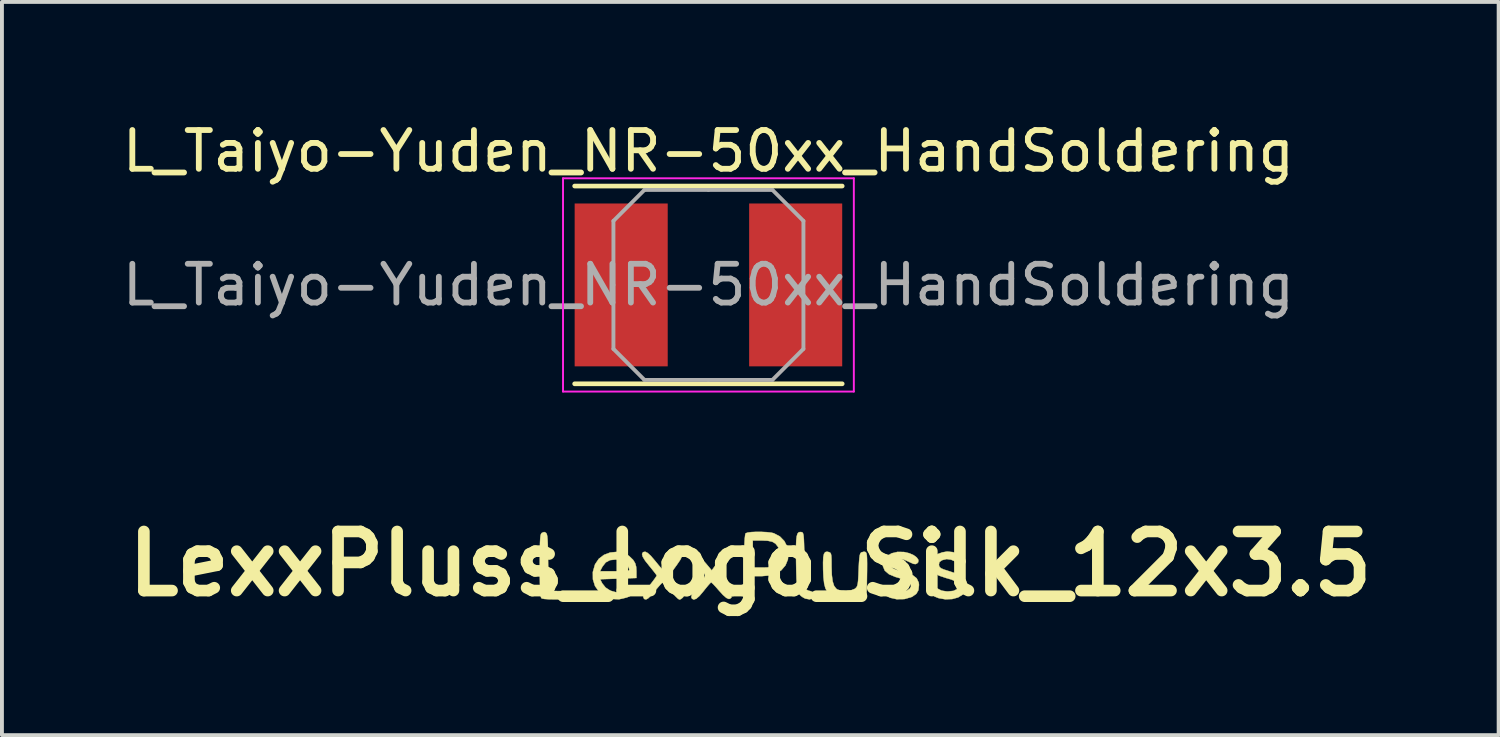
<source format=kicad_pcb>
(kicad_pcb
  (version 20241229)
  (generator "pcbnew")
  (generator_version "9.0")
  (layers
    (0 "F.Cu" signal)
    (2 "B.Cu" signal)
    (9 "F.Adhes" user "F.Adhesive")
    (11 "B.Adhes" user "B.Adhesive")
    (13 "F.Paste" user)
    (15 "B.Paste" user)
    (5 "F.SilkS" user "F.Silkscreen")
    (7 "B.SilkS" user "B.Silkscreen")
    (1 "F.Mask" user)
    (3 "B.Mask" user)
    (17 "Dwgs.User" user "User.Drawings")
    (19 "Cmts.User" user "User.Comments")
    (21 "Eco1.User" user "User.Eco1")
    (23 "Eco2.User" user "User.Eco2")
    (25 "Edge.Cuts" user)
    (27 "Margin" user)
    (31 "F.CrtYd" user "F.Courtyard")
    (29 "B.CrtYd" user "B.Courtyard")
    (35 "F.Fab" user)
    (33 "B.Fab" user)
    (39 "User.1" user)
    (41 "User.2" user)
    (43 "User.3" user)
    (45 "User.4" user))
  (footprint "L_Taiyo-Yuden_NR-50xx_HandSoldering"
    (layer "F.Cu")
    (at 15.22 4.298)
    (property "Reference" "L_Taiyo-Yuden_NR-50xx_HandSoldering" (at 0 -3.45 180) (layer "F.SilkS") (effects (font (size 1 1) (thickness 0.15))))
    (attr smd)
    (fp_line (start -3.45 -2.55) (end 3.45 -2.55) (stroke (width 0.12) (type solid)) (layer "F.SilkS"))
    (fp_line (start -3.45 2.55) (end 3.45 2.55) (stroke (width 0.12) (type solid)) (layer "F.SilkS"))
    (fp_line (start -3.75 -2.75) (end -3.75 2.75) (stroke (width 0.05) (type solid)) (layer "F.CrtYd"))
    (fp_line (start -3.75 2.75) (end 3.75 2.75) (stroke (width 0.05) (type solid)) (layer "F.CrtYd"))
    (fp_line (start 3.75 -2.75) (end -3.75 -2.75) (stroke (width 0.05) (type solid)) (layer "F.CrtYd"))
    (fp_line (start 3.75 2.75) (end 3.75 -2.75) (stroke (width 0.05) (type solid)) (layer "F.CrtYd"))
    (fp_line (start -2.45 -1.65) (end -1.65 -2.45) (stroke (width 0.1) (type solid)) (layer "F.Fab"))
    (fp_line (start -2.45 0) (end -2.45 -1.65) (stroke (width 0.1) (type solid)) (layer "F.Fab"))
    (fp_line (start -2.45 0) (end -2.45 1.65) (stroke (width 0.1) (type solid)) (layer "F.Fab"))
    (fp_line (start -2.45 1.65) (end -1.65 2.45) (stroke (width 0.1) (type solid)) (layer "F.Fab"))
    (fp_line (start -1.65 -2.45) (end 0 -2.45) (stroke (width 0.1) (type solid)) (layer "F.Fab"))
    (fp_line (start -1.65 2.45) (end 0 2.45) (stroke (width 0.1) (type solid)) (layer "F.Fab"))
    (fp_line (start 1.65 -2.45) (end 0 -2.45) (stroke (width 0.1) (type solid)) (layer "F.Fab"))
    (fp_line (start 1.65 2.45) (end 0 2.45) (stroke (width 0.1) (type solid)) (layer "F.Fab"))
    (fp_line (start 2.45 -1.65) (end 1.65 -2.45) (stroke (width 0.1) (type solid)) (layer "F.Fab"))
    (fp_line (start 2.45 0) (end 2.45 -1.65) (stroke (width 0.1) (type solid)) (layer "F.Fab"))
    (fp_line (start 2.45 0) (end 2.45 1.65) (stroke (width 0.1) (type solid)) (layer "F.Fab"))
    (fp_line (start 2.45 1.65) (end 1.65 2.45) (stroke (width 0.1) (type solid)) (layer "F.Fab"))
    (fp_text user "${REFERENCE}" (at 0 0 180) (layer "F.Fab") (effects (font (size 1 1) (thickness 0.15))))
    (pad "1" smd rect (at -2.25 0) (size 2.4 4.2) (layers "F.Cu" "F.Mask" "F.Paste"))
    (pad "2" smd rect (at 2.25 0) (size 2.4 4.2) (layers "F.Cu" "F.Mask" "F.Paste")))
  (footprint "LexxPluss_Logo_Silk_12x3.5"
    (layer "F.Cu")
    (at 16.3 11.491)
    (property "Reference" "LexxPluss_Logo_Silk_12x3.5" (at 0 0 0) (layer "F.SilkS") (effects (font (size 1.524 1.524) (thickness 0.3))))
    (attr through_hole)
    (fp_poly (pts (xy -5.276 -0.804) (xy -5.259 -0.787) (xy -5.245 -0.755) (xy -5.235 -0.7) (xy -5.228 -0.614) (xy -5.222 -0.489) (xy -5.218 -0.318) (xy -5.215 -0.094) (xy -5.214 -0.037) (xy -5.206 0.697) (xy -4.754 0.706) (xy -4.302 0.714) (xy -4.302 0.905) (xy -4.827 0.914) (xy -5.043 0.916) (xy -5.201 0.913) (xy -5.309 0.906) (xy -5.371 0.894) (xy -5.39 0.883) (xy -5.403 0.851) (xy -5.414 0.78) (xy -5.421 0.666) (xy -5.426 0.503) (xy -5.429 0.285) (xy -5.429 0.045) (xy -5.429 -0.205) (xy -5.427 -0.399) (xy -5.424 -0.545) (xy -5.418 -0.649) (xy -5.411 -0.72) (xy -5.4 -0.764) (xy -5.385 -0.79) (xy -5.379 -0.796) (xy -5.318 -0.821) (xy -5.276 -0.804)) (stroke (width 0.01) (type solid)) (fill yes) (layer "F.SilkS"))
    (fp_poly (pts (xy 1.312 -0.819) (xy 1.334 -0.815) (xy 1.351 -0.802) (xy 1.364 -0.774) (xy 1.374 -0.722) (xy 1.381 -0.639) (xy 1.386 -0.517) (xy 1.391 -0.348) (xy 1.396 -0.125) (xy 1.397 -0.089) (xy 1.403 0.134) (xy 1.411 0.329) (xy 1.421 0.486) (xy 1.431 0.597) (xy 1.441 0.656) (xy 1.445 0.663) (xy 1.499 0.691) (xy 1.553 0.704) (xy 1.627 0.735) (xy 1.664 0.772) (xy 1.68 0.825) (xy 1.644 0.87) (xy 1.637 0.875) (xy 1.533 0.917) (xy 1.417 0.896) (xy 1.36 0.866) (xy 1.308 0.83) (xy 1.268 0.787) (xy 1.238 0.73) (xy 1.216 0.651) (xy 1.201 0.54) (xy 1.191 0.389) (xy 1.185 0.19) (xy 1.181 -0.022) (xy 1.178 -0.272) (xy 1.179 -0.466) (xy 1.185 -0.61) (xy 1.197 -0.71) (xy 1.216 -0.775) (xy 1.243 -0.809) (xy 1.28 -0.821) (xy 1.312 -0.819)) (stroke (width 0.01) (type solid)) (fill yes) (layer "F.SilkS"))
    (fp_poly (pts (xy -1.427 -0.31) (xy -1.392 -0.288) (xy -1.341 -0.238) (xy -1.267 -0.154) (xy -1.162 -0.03) (xy -1.124 0.014) (xy -0.995 0.169) (xy -0.815 -0.074) (xy -0.717 -0.2) (xy -0.644 -0.277) (xy -0.59 -0.31) (xy -0.545 -0.303) (xy -0.508 -0.27) (xy -0.491 -0.241) (xy -0.492 -0.205) (xy -0.515 -0.152) (xy -0.565 -0.075) (xy -0.647 0.037) (xy -0.721 0.135) (xy -0.861 0.317) (xy -0.667 0.547) (xy -0.555 0.692) (xy -0.495 0.799) (xy -0.486 0.869) (xy -0.528 0.902) (xy -0.558 0.905) (xy -0.618 0.878) (xy -0.706 0.801) (xy -0.806 0.691) (xy -0.89 0.595) (xy -0.958 0.522) (xy -1.002 0.482) (xy -1.01 0.477) (xy -1.038 0.502) (xy -1.094 0.565) (xy -1.168 0.655) (xy -1.203 0.7) (xy -1.31 0.827) (xy -1.394 0.9) (xy -1.458 0.921) (xy -1.503 0.9) (xy -1.522 0.861) (xy -1.511 0.805) (xy -1.465 0.724) (xy -1.382 0.609) (xy -1.333 0.547) (xy -1.245 0.434) (xy -1.192 0.358) (xy -1.17 0.309) (xy -1.173 0.275) (xy -1.185 0.257) (xy -1.332 0.081) (xy -1.442 -0.06) (xy -1.515 -0.161) (xy -1.547 -0.22) (xy -1.547 -0.231) (xy -1.513 -0.275) (xy -1.481 -0.299) (xy -1.454 -0.312) (xy -1.427 -0.31)) (stroke (width 0.01) (type solid)) (fill yes) (layer "F.SilkS"))
    (fp_poly (pts (xy 0.293 -0.824) (xy 0.429 -0.817) (xy 0.543 -0.804) (xy 0.606 -0.789) (xy 0.761 -0.708) (xy 0.878 -0.587) (xy 0.953 -0.44) (xy 0.984 -0.278) (xy 0.97 -0.114) (xy 0.907 0.039) (xy 0.797 0.167) (xy 0.667 0.249) (xy 0.507 0.298) (xy 0.303 0.317) (xy 0.262 0.317) (xy 0.064 0.318) (xy 0.064 0.6) (xy 0.061 0.741) (xy 0.054 0.83) (xy 0.038 0.879) (xy 0.014 0.901) (xy 0.013 0.901) (xy -0.055 0.919) (xy -0.102 0.9) (xy -0.121 0.883) (xy -0.133 0.839) (xy -0.143 0.743) (xy -0.151 0.604) (xy -0.157 0.434) (xy -0.16 0.243) (xy -0.161 0.041) (xy -0.16 -0.16) (xy -0.157 -0.35) (xy -0.151 -0.518) (xy -0.146 -0.603) (xy 0.064 -0.603) (xy 0.064 0.095) (xy 0.305 0.095) (xy 0.429 0.094) (xy 0.51 0.085) (xy 0.567 0.062) (xy 0.62 0.021) (xy 0.654 -0.013) (xy 0.74 -0.137) (xy 0.764 -0.273) (xy 0.726 -0.415) (xy 0.709 -0.445) (xy 0.648 -0.522) (xy 0.565 -0.571) (xy 0.446 -0.596) (xy 0.284 -0.603) (xy 0.064 -0.603) (xy -0.146 -0.603) (xy -0.143 -0.655) (xy -0.132 -0.748) (xy -0.121 -0.787) (xy -0.07 -0.806) (xy 0.027 -0.819) (xy 0.154 -0.825) (xy 0.293 -0.824)) (stroke (width 0.01) (type solid)) (fill yes) (layer "F.SilkS"))
    (fp_poly (pts (xy -3.284 -0.281) (xy -3.134 -0.209) (xy -3.024 -0.104) (xy -2.97 -0.017) (xy -2.944 0.074) (xy -2.937 0.187) (xy -2.937 0.365) (xy -3.405 0.381) (xy -3.873 0.397) (xy -3.818 0.505) (xy -3.733 0.611) (xy -3.612 0.691) (xy -3.479 0.729) (xy -3.452 0.73) (xy -3.362 0.718) (xy -3.26 0.687) (xy -3.249 0.683) (xy -3.126 0.642) (xy -3.046 0.643) (xy -3.004 0.686) (xy -3.003 0.687) (xy -3.002 0.75) (xy -3.053 0.806) (xy -3.163 0.858) (xy -3.198 0.871) (xy -3.384 0.914) (xy -3.55 0.907) (xy -3.719 0.848) (xy -3.748 0.833) (xy -3.9 0.721) (xy -4.005 0.573) (xy -4.059 0.4) (xy -4.061 0.211) (xy -4.055 0.191) (xy -3.875 0.191) (xy -3.491 0.191) (xy -3.33 0.19) (xy -3.222 0.188) (xy -3.158 0.182) (xy -3.128 0.169) (xy -3.121 0.149) (xy -3.128 0.12) (xy -3.128 0.119) (xy -3.166 0.046) (xy -3.225 -0.03) (xy -3.227 -0.032) (xy -3.287 -0.081) (xy -3.36 -0.105) (xy -3.469 -0.111) (xy -3.474 -0.111) (xy -3.62 -0.095) (xy -3.727 -0.038) (xy -3.811 0.068) (xy -3.83 0.103) (xy -3.875 0.191) (xy -4.055 0.191) (xy -4.006 0.019) (xy -4.002 0.01) (xy -3.907 -0.13) (xy -3.774 -0.231) (xy -3.617 -0.291) (xy -3.449 -0.308) (xy -3.284 -0.281)) (stroke (width 0.01) (type solid)) (fill yes) (layer "F.SilkS"))
    (fp_poly (pts (xy 3.961 -0.305) (xy 4.097 -0.274) (xy 4.21 -0.225) (xy 4.292 -0.164) (xy 4.335 -0.101) (xy 4.329 -0.041) (xy 4.302 -0.012) (xy 4.261 0.007) (xy 4.207 0.00034) (xy 4.125 -0.036) (xy 4.091 -0.053) (xy 3.973 -0.105) (xy 3.877 -0.121) (xy 3.819 -0.116) (xy 3.702 -0.081) (xy 3.639 -0.023) (xy 3.632 0.054) (xy 3.634 0.058) (xy 3.651 0.092) (xy 3.686 0.121) (xy 3.749 0.149) (xy 3.853 0.181) (xy 4.006 0.223) (xy 4.012 0.224) (xy 4.181 0.287) (xy 4.291 0.374) (xy 4.344 0.486) (xy 4.35 0.545) (xy 4.335 0.679) (xy 4.282 0.772) (xy 4.181 0.844) (xy 4.149 0.859) (xy 3.97 0.909) (xy 3.773 0.912) (xy 3.609 0.875) (xy 3.479 0.812) (xy 3.397 0.739) (xy 3.371 0.661) (xy 3.372 0.653) (xy 3.405 0.595) (xy 3.473 0.579) (xy 3.563 0.606) (xy 3.621 0.641) (xy 3.72 0.692) (xy 3.832 0.714) (xy 3.943 0.711) (xy 4.04 0.686) (xy 4.112 0.641) (xy 4.145 0.581) (xy 4.132 0.516) (xy 4.104 0.479) (xy 4.059 0.446) (xy 3.983 0.413) (xy 3.867 0.374) (xy 3.744 0.338) (xy 3.578 0.269) (xy 3.469 0.176) (xy 3.42 0.06) (xy 3.416 0.016) (xy 3.445 -0.104) (xy 3.526 -0.202) (xy 3.646 -0.272) (xy 3.797 -0.308) (xy 3.961 -0.305)) (stroke (width 0.01) (type solid)) (fill yes) (layer "F.SilkS"))
    (fp_poly (pts (xy 5.223 -0.302) (xy 5.354 -0.26) (xy 5.463 -0.199) (xy 5.535 -0.126) (xy 5.556 -0.061) (xy 5.534 -0.004) (xy 5.47 0.009) (xy 5.366 -0.023) (xy 5.313 -0.049) (xy 5.177 -0.108) (xy 5.065 -0.124) (xy 4.957 -0.098) (xy 4.937 -0.089) (xy 4.875 -0.044) (xy 4.864 0.024) (xy 4.864 0.03) (xy 4.878 0.078) (xy 4.917 0.114) (xy 4.994 0.147) (xy 5.064 0.169) (xy 5.262 0.234) (xy 5.404 0.294) (xy 5.5 0.353) (xy 5.558 0.42) (xy 5.584 0.498) (xy 5.588 0.558) (xy 5.559 0.687) (xy 5.48 0.791) (xy 5.359 0.866) (xy 5.205 0.908) (xy 5.027 0.914) (xy 4.856 0.884) (xy 4.751 0.842) (xy 4.652 0.78) (xy 4.65 0.778) (xy 4.59 0.722) (xy 4.577 0.679) (xy 4.591 0.645) (xy 4.653 0.587) (xy 4.733 0.587) (xy 4.832 0.64) (xy 4.935 0.692) (xy 5.062 0.711) (xy 5.099 0.712) (xy 5.242 0.697) (xy 5.331 0.652) (xy 5.365 0.579) (xy 5.366 0.57) (xy 5.348 0.504) (xy 5.29 0.45) (xy 5.182 0.403) (xy 5.049 0.365) (xy 4.863 0.302) (xy 4.73 0.217) (xy 4.651 0.114) (xy 4.63 -0.003) (xy 4.67 -0.131) (xy 4.67 -0.132) (xy 4.73 -0.194) (xy 4.832 -0.252) (xy 4.953 -0.296) (xy 5.07 -0.316) (xy 5.083 -0.317) (xy 5.223 -0.302)) (stroke (width 0.01) (type solid)) (fill yes) (layer "F.SilkS"))
    (fp_poly (pts (xy 2.965 -0.307) (xy 2.983 -0.294) (xy 2.997 -0.266) (xy 3.006 -0.214) (xy 3.01 -0.129) (xy 3.012 -0.003) (xy 3.011 0.172) (xy 3.009 0.309) (xy 3.006 0.517) (xy 3.002 0.67) (xy 2.997 0.777) (xy 2.99 0.846) (xy 2.979 0.886) (xy 2.963 0.906) (xy 2.941 0.913) (xy 2.93 0.915) (xy 2.854 0.897) (xy 2.822 0.863) (xy 2.795 0.827) (xy 2.764 0.818) (xy 2.708 0.836) (xy 2.654 0.86) (xy 2.477 0.913) (xy 2.305 0.904) (xy 2.159 0.849) (xy 2.059 0.79) (xy 1.987 0.721) (xy 1.937 0.632) (xy 1.905 0.51) (xy 1.887 0.347) (xy 1.878 0.157) (xy 1.876 -0.034) (xy 1.882 -0.17) (xy 1.9 -0.256) (xy 1.931 -0.302) (xy 1.978 -0.313) (xy 2.03 -0.302) (xy 2.059 -0.289) (xy 2.078 -0.262) (xy 2.089 -0.21) (xy 2.094 -0.121) (xy 2.095 0.016) (xy 2.095 0.067) (xy 2.102 0.286) (xy 2.123 0.449) (xy 2.159 0.565) (xy 2.214 0.639) (xy 2.249 0.664) (xy 2.348 0.693) (xy 2.473 0.699) (xy 2.596 0.683) (xy 2.691 0.647) (xy 2.703 0.638) (xy 2.734 0.609) (xy 2.755 0.574) (xy 2.77 0.519) (xy 2.78 0.435) (xy 2.788 0.308) (xy 2.794 0.157) (xy 2.802 -0.021) (xy 2.812 -0.146) (xy 2.824 -0.227) (xy 2.841 -0.274) (xy 2.861 -0.295) (xy 2.931 -0.313) (xy 2.965 -0.307)) (stroke (width 0.01) (type solid)) (fill yes) (layer "F.SilkS"))
    (fp_poly (pts (xy -1.778 -0.302) (xy -1.749 -0.262) (xy -1.759 -0.197) (xy -1.808 -0.1) (xy -1.9 0.035) (xy -1.921 0.063) (xy -1.997 0.168) (xy -2.057 0.252) (xy -2.091 0.305) (xy -2.095 0.315) (xy -2.077 0.346) (xy -2.026 0.414) (xy -1.953 0.508) (xy -1.905 0.566) (xy -1.823 0.669) (xy -1.758 0.754) (xy -1.72 0.809) (xy -1.714 0.822) (xy -1.739 0.869) (xy -1.792 0.91) (xy -1.83 0.921) (xy -1.867 0.898) (xy -1.931 0.836) (xy -2.012 0.746) (xy -2.052 0.699) (xy -2.135 0.6) (xy -2.204 0.525) (xy -2.248 0.482) (xy -2.257 0.476) (xy -2.285 0.499) (xy -2.343 0.561) (xy -2.419 0.65) (xy -2.458 0.699) (xy -2.56 0.818) (xy -2.635 0.89) (xy -2.689 0.918) (xy -2.731 0.908) (xy -2.741 0.9) (xy -2.762 0.852) (xy -2.744 0.78) (xy -2.686 0.679) (xy -2.588 0.545) (xy -2.51 0.444) (xy -2.45 0.362) (xy -2.417 0.311) (xy -2.413 0.302) (xy -2.432 0.271) (xy -2.484 0.203) (xy -2.558 0.11) (xy -2.603 0.056) (xy -2.712 -0.081) (xy -2.774 -0.182) (xy -2.792 -0.252) (xy -2.77 -0.296) (xy -2.762 -0.302) (xy -2.711 -0.312) (xy -2.648 -0.281) (xy -2.565 -0.205) (xy -2.457 -0.079) (xy -2.445 -0.064) (xy -2.365 0.034) (xy -2.299 0.11) (xy -2.259 0.152) (xy -2.251 0.157) (xy -2.226 0.134) (xy -2.174 0.07) (xy -2.105 -0.023) (xy -2.077 -0.063) (xy -1.975 -0.198) (xy -1.894 -0.28) (xy -1.83 -0.312) (xy -1.778 -0.302)) (stroke (width 0.01) (type solid)) (fill yes) (layer "F.SilkS")))
  (gr_rect
    (start -3 -3)
    (end 35.599 15.909)
    (stroke (width 0.1) (type default))
    (fill no)
    (layer "Edge.Cuts")))
</source>
